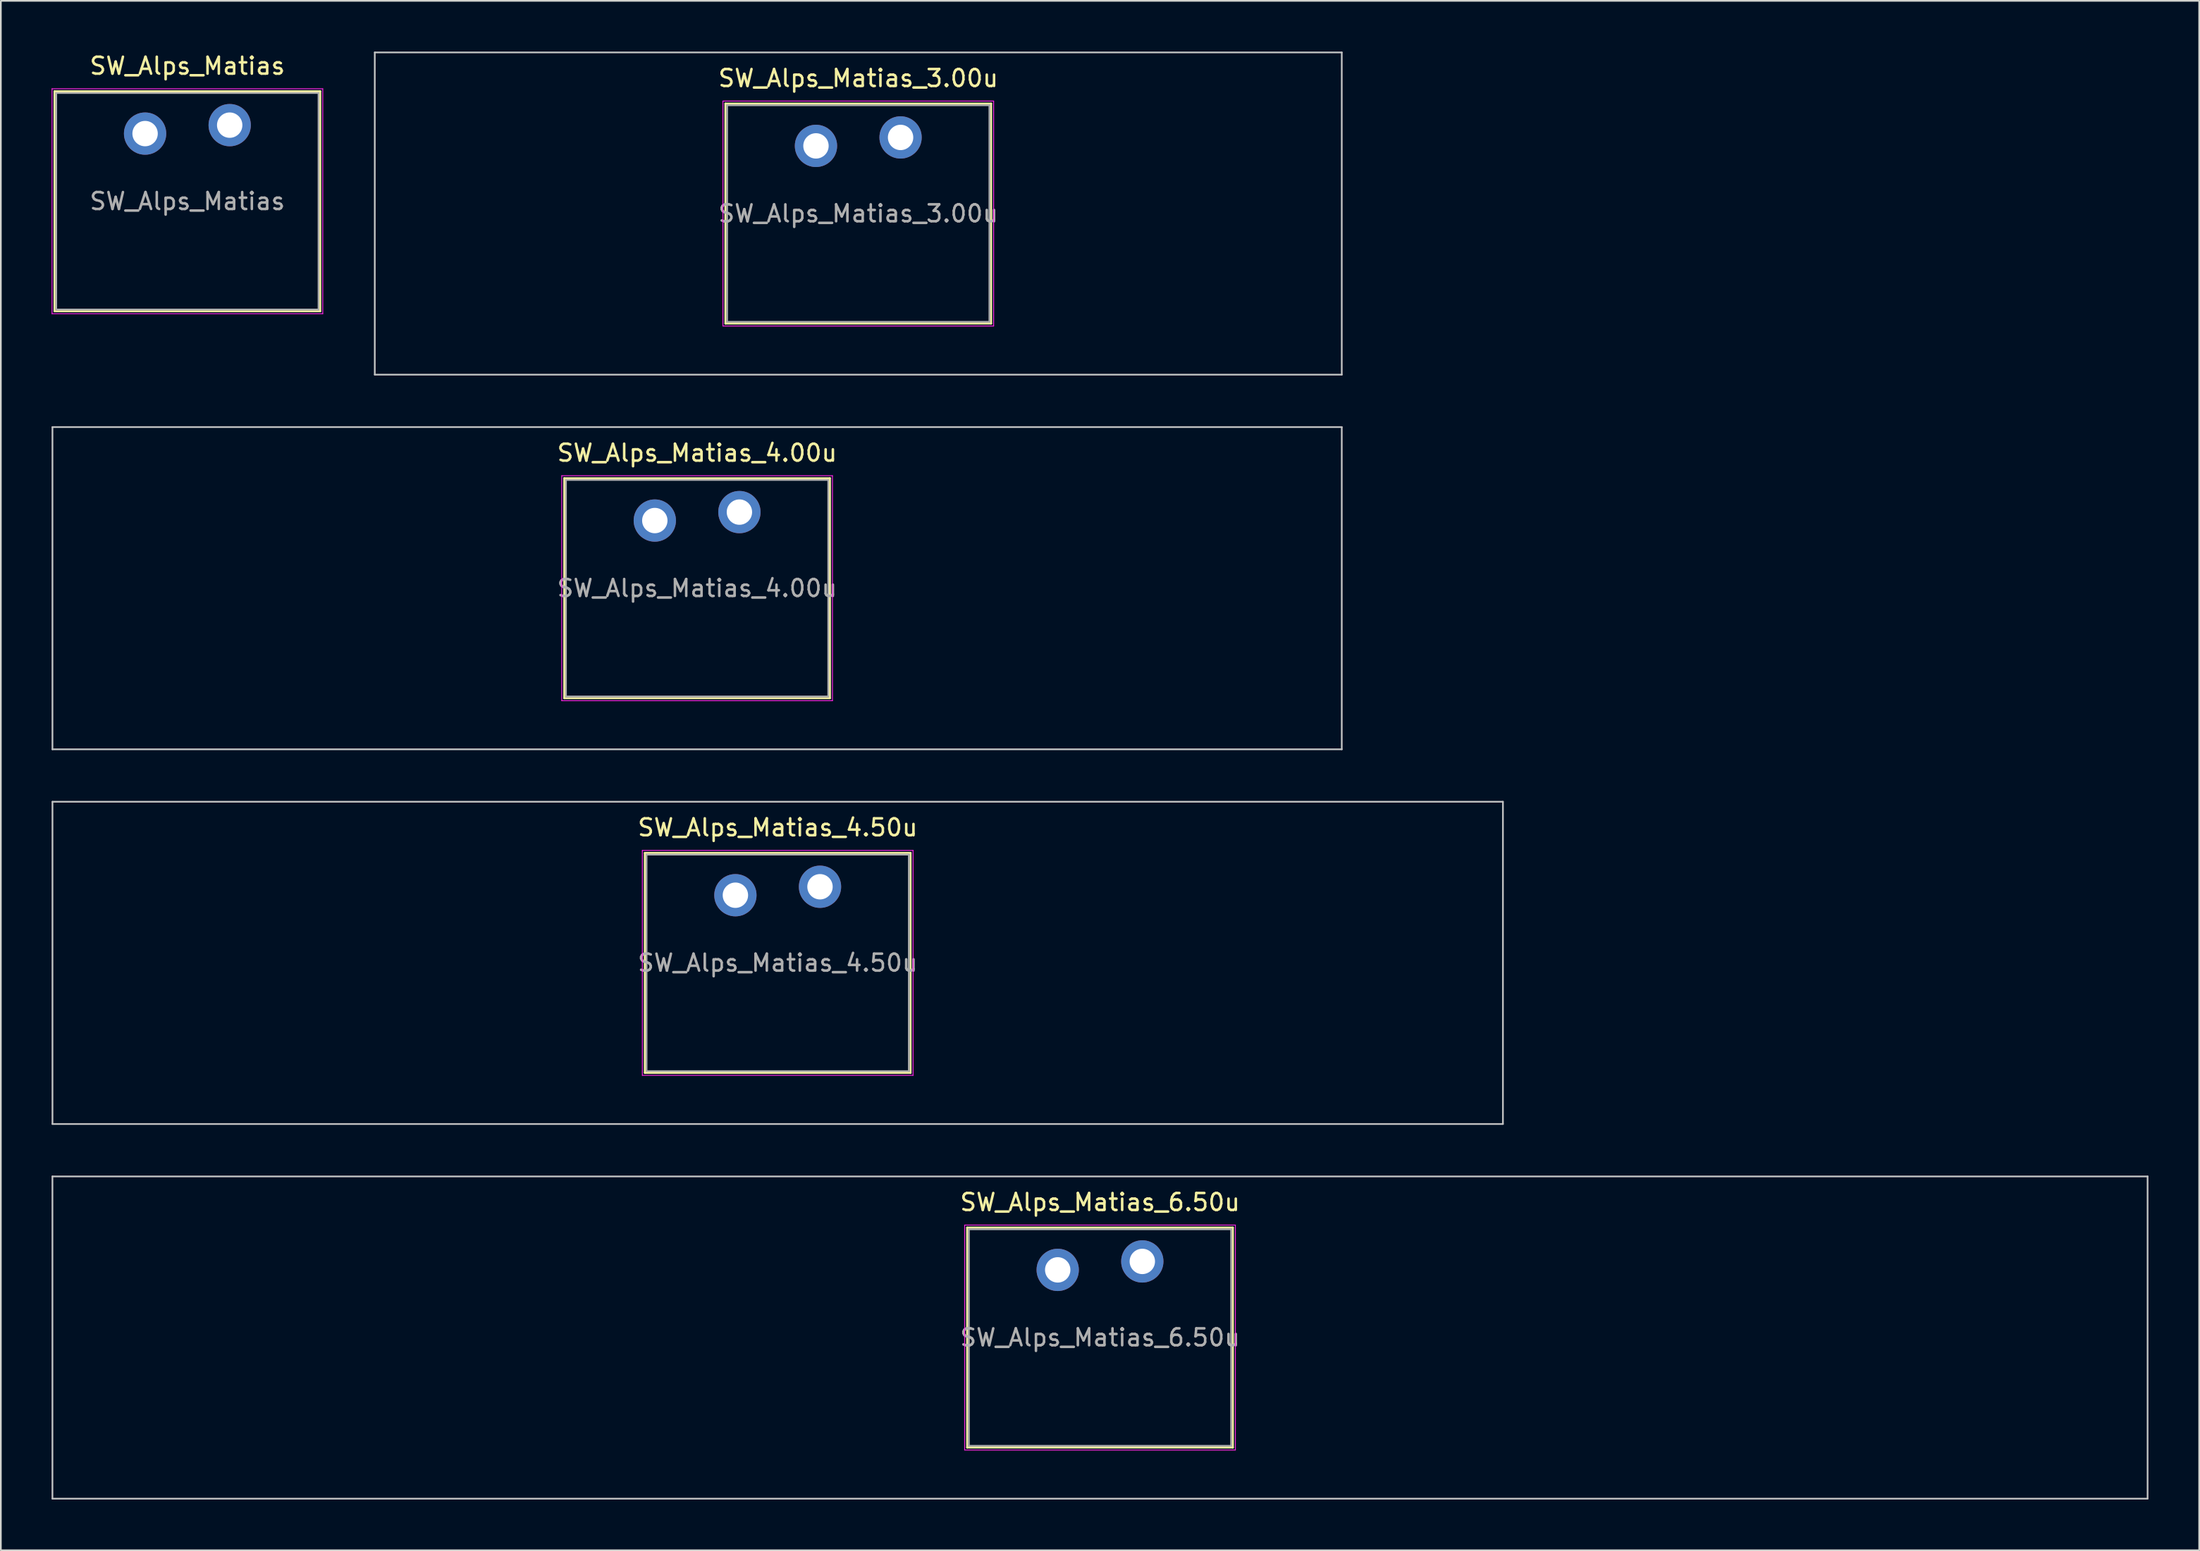
<source format=kicad_pcb>
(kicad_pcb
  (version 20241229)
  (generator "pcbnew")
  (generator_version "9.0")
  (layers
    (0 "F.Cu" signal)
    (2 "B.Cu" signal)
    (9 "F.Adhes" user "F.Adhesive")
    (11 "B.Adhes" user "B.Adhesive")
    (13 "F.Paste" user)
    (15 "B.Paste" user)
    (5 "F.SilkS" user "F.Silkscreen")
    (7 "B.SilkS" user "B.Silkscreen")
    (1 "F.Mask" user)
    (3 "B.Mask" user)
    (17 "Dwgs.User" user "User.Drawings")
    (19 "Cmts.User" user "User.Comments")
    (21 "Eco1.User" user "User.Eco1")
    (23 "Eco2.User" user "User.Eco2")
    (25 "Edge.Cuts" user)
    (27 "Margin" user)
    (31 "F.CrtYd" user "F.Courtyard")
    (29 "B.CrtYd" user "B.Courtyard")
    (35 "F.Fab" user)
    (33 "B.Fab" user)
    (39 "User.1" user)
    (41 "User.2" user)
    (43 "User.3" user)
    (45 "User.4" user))
  (footprint "SW_Alps_Matias_3.00u"
    (layer "F.Cu")
    (at 47.675 9.575)
    (property "Reference" "SW_Alps_Matias_3.00u" (at 0 -8 0) (layer "F.SilkS") (effects (font (size 1 1) (thickness 0.15))))
    (attr through_hole)
    (fp_line (start -7.85 -6.5) (end -7.85 6.5) (stroke (width 0.12) (type solid)) (layer "F.SilkS"))
    (fp_line (start -7.85 6.5) (end 7.85 6.5) (stroke (width 0.12) (type solid)) (layer "F.SilkS"))
    (fp_line (start 7.85 -6.5) (end -7.85 -6.5) (stroke (width 0.12) (type solid)) (layer "F.SilkS"))
    (fp_line (start 7.85 6.5) (end 7.85 -6.5) (stroke (width 0.12) (type solid)) (layer "F.SilkS"))
    (fp_line (start -28.575 -9.525) (end -28.575 9.525) (stroke (width 0.1) (type solid)) (layer "Dwgs.User"))
    (fp_line (start -28.575 9.525) (end 28.575 9.525) (stroke (width 0.1) (type solid)) (layer "Dwgs.User"))
    (fp_line (start 28.575 -9.525) (end -28.575 -9.525) (stroke (width 0.1) (type solid)) (layer "Dwgs.User"))
    (fp_line (start 28.575 9.525) (end 28.575 -9.525) (stroke (width 0.1) (type solid)) (layer "Dwgs.User"))
    (fp_line (start -8 -6.65) (end -8 6.65) (stroke (width 0.05) (type solid)) (layer "F.CrtYd"))
    (fp_line (start -8 6.65) (end 8 6.65) (stroke (width 0.05) (type solid)) (layer "F.CrtYd"))
    (fp_line (start 8 -6.65) (end -8 -6.65) (stroke (width 0.05) (type solid)) (layer "F.CrtYd"))
    (fp_line (start 8 6.65) (end 8 -6.65) (stroke (width 0.05) (type solid)) (layer "F.CrtYd"))
    (fp_line (start -7.75 -6.4) (end -7.75 6.4) (stroke (width 0.1) (type solid)) (layer "F.Fab"))
    (fp_line (start -7.75 6.4) (end 7.75 6.4) (stroke (width 0.1) (type solid)) (layer "F.Fab"))
    (fp_line (start 7.75 -6.4) (end -7.75 -6.4) (stroke (width 0.1) (type solid)) (layer "F.Fab"))
    (fp_line (start 7.75 6.4) (end 7.75 -6.4) (stroke (width 0.1) (type solid)) (layer "F.Fab"))
    (fp_text user "${REFERENCE}" (at 0 0 0) (layer "F.Fab") (effects (font (size 1 1) (thickness 0.15))))
    (pad "1" thru_hole circle (at 2.5 -4.5) (size 2.5 2.5) (drill 1.5) (layers "*.Cu" "B.Mask"))
    (pad "2" thru_hole circle (at -2.5 -4) (size 2.5 2.5) (drill 1.5) (layers "*.Cu" "B.Mask")))
  (footprint "SW_Alps_Matias_4.00u"
    (layer "F.Cu")
    (at 38.15 31.725)
    (property "Reference" "SW_Alps_Matias_4.00u" (at 0 -8 0) (layer "F.SilkS") (effects (font (size 1 1) (thickness 0.15))))
    (attr through_hole)
    (fp_line (start -7.85 -6.5) (end -7.85 6.5) (stroke (width 0.12) (type solid)) (layer "F.SilkS"))
    (fp_line (start -7.85 6.5) (end 7.85 6.5) (stroke (width 0.12) (type solid)) (layer "F.SilkS"))
    (fp_line (start 7.85 -6.5) (end -7.85 -6.5) (stroke (width 0.12) (type solid)) (layer "F.SilkS"))
    (fp_line (start 7.85 6.5) (end 7.85 -6.5) (stroke (width 0.12) (type solid)) (layer "F.SilkS"))
    (fp_line (start -38.1 -9.525) (end -38.1 9.525) (stroke (width 0.1) (type solid)) (layer "Dwgs.User"))
    (fp_line (start -38.1 9.525) (end 38.1 9.525) (stroke (width 0.1) (type solid)) (layer "Dwgs.User"))
    (fp_line (start 38.1 -9.525) (end -38.1 -9.525) (stroke (width 0.1) (type solid)) (layer "Dwgs.User"))
    (fp_line (start 38.1 9.525) (end 38.1 -9.525) (stroke (width 0.1) (type solid)) (layer "Dwgs.User"))
    (fp_line (start -8 -6.65) (end -8 6.65) (stroke (width 0.05) (type solid)) (layer "F.CrtYd"))
    (fp_line (start -8 6.65) (end 8 6.65) (stroke (width 0.05) (type solid)) (layer "F.CrtYd"))
    (fp_line (start 8 -6.65) (end -8 -6.65) (stroke (width 0.05) (type solid)) (layer "F.CrtYd"))
    (fp_line (start 8 6.65) (end 8 -6.65) (stroke (width 0.05) (type solid)) (layer "F.CrtYd"))
    (fp_line (start -7.75 -6.4) (end -7.75 6.4) (stroke (width 0.1) (type solid)) (layer "F.Fab"))
    (fp_line (start -7.75 6.4) (end 7.75 6.4) (stroke (width 0.1) (type solid)) (layer "F.Fab"))
    (fp_line (start 7.75 -6.4) (end -7.75 -6.4) (stroke (width 0.1) (type solid)) (layer "F.Fab"))
    (fp_line (start 7.75 6.4) (end 7.75 -6.4) (stroke (width 0.1) (type solid)) (layer "F.Fab"))
    (fp_text user "${REFERENCE}" (at 0 0 0) (layer "F.Fab") (effects (font (size 1 1) (thickness 0.15))))
    (pad "1" thru_hole circle (at 2.5 -4.5) (size 2.5 2.5) (drill 1.5) (layers "*.Cu" "B.Mask"))
    (pad "2" thru_hole circle (at -2.5 -4) (size 2.5 2.5) (drill 1.5) (layers "*.Cu" "B.Mask")))
  (footprint "SW_Alps_Matias_6.50u"
    (layer "F.Cu")
    (at 61.962 76.025)
    (property "Reference" "SW_Alps_Matias_6.50u" (at 0 -8 0) (layer "F.SilkS") (effects (font (size 1 1) (thickness 0.15))))
    (attr through_hole)
    (fp_line (start -7.85 -6.5) (end -7.85 6.5) (stroke (width 0.12) (type solid)) (layer "F.SilkS"))
    (fp_line (start -7.85 6.5) (end 7.85 6.5) (stroke (width 0.12) (type solid)) (layer "F.SilkS"))
    (fp_line (start 7.85 -6.5) (end -7.85 -6.5) (stroke (width 0.12) (type solid)) (layer "F.SilkS"))
    (fp_line (start 7.85 6.5) (end 7.85 -6.5) (stroke (width 0.12) (type solid)) (layer "F.SilkS"))
    (fp_line (start -61.913 -9.525) (end -61.913 9.525) (stroke (width 0.1) (type solid)) (layer "Dwgs.User"))
    (fp_line (start -61.913 9.525) (end 61.913 9.525) (stroke (width 0.1) (type solid)) (layer "Dwgs.User"))
    (fp_line (start 61.913 -9.525) (end -61.913 -9.525) (stroke (width 0.1) (type solid)) (layer "Dwgs.User"))
    (fp_line (start 61.913 9.525) (end 61.913 -9.525) (stroke (width 0.1) (type solid)) (layer "Dwgs.User"))
    (fp_line (start -8 -6.65) (end -8 6.65) (stroke (width 0.05) (type solid)) (layer "F.CrtYd"))
    (fp_line (start -8 6.65) (end 8 6.65) (stroke (width 0.05) (type solid)) (layer "F.CrtYd"))
    (fp_line (start 8 -6.65) (end -8 -6.65) (stroke (width 0.05) (type solid)) (layer "F.CrtYd"))
    (fp_line (start 8 6.65) (end 8 -6.65) (stroke (width 0.05) (type solid)) (layer "F.CrtYd"))
    (fp_line (start -7.75 -6.4) (end -7.75 6.4) (stroke (width 0.1) (type solid)) (layer "F.Fab"))
    (fp_line (start -7.75 6.4) (end 7.75 6.4) (stroke (width 0.1) (type solid)) (layer "F.Fab"))
    (fp_line (start 7.75 -6.4) (end -7.75 -6.4) (stroke (width 0.1) (type solid)) (layer "F.Fab"))
    (fp_line (start 7.75 6.4) (end 7.75 -6.4) (stroke (width 0.1) (type solid)) (layer "F.Fab"))
    (fp_text user "${REFERENCE}" (at 0 0 0) (layer "F.Fab") (effects (font (size 1 1) (thickness 0.15))))
    (pad "1" thru_hole circle (at 2.5 -4.5) (size 2.5 2.5) (drill 1.5) (layers "*.Cu" "B.Mask"))
    (pad "2" thru_hole circle (at -2.5 -4) (size 2.5 2.5) (drill 1.5) (layers "*.Cu" "B.Mask")))
  (footprint "SW_Alps_Matias_4.50u"
    (layer "F.Cu")
    (at 42.913 53.875)
    (property "Reference" "SW_Alps_Matias_4.50u" (at 0 -8 0) (layer "F.SilkS") (effects (font (size 1 1) (thickness 0.15))))
    (attr through_hole)
    (fp_line (start -7.85 -6.5) (end -7.85 6.5) (stroke (width 0.12) (type solid)) (layer "F.SilkS"))
    (fp_line (start -7.85 6.5) (end 7.85 6.5) (stroke (width 0.12) (type solid)) (layer "F.SilkS"))
    (fp_line (start 7.85 -6.5) (end -7.85 -6.5) (stroke (width 0.12) (type solid)) (layer "F.SilkS"))
    (fp_line (start 7.85 6.5) (end 7.85 -6.5) (stroke (width 0.12) (type solid)) (layer "F.SilkS"))
    (fp_line (start -42.862 -9.525) (end -42.862 9.525) (stroke (width 0.1) (type solid)) (layer "Dwgs.User"))
    (fp_line (start -42.862 9.525) (end 42.862 9.525) (stroke (width 0.1) (type solid)) (layer "Dwgs.User"))
    (fp_line (start 42.862 -9.525) (end -42.862 -9.525) (stroke (width 0.1) (type solid)) (layer "Dwgs.User"))
    (fp_line (start 42.862 9.525) (end 42.862 -9.525) (stroke (width 0.1) (type solid)) (layer "Dwgs.User"))
    (fp_line (start -8 -6.65) (end -8 6.65) (stroke (width 0.05) (type solid)) (layer "F.CrtYd"))
    (fp_line (start -8 6.65) (end 8 6.65) (stroke (width 0.05) (type solid)) (layer "F.CrtYd"))
    (fp_line (start 8 -6.65) (end -8 -6.65) (stroke (width 0.05) (type solid)) (layer "F.CrtYd"))
    (fp_line (start 8 6.65) (end 8 -6.65) (stroke (width 0.05) (type solid)) (layer "F.CrtYd"))
    (fp_line (start -7.75 -6.4) (end -7.75 6.4) (stroke (width 0.1) (type solid)) (layer "F.Fab"))
    (fp_line (start -7.75 6.4) (end 7.75 6.4) (stroke (width 0.1) (type solid)) (layer "F.Fab"))
    (fp_line (start 7.75 -6.4) (end -7.75 -6.4) (stroke (width 0.1) (type solid)) (layer "F.Fab"))
    (fp_line (start 7.75 6.4) (end 7.75 -6.4) (stroke (width 0.1) (type solid)) (layer "F.Fab"))
    (fp_text user "${REFERENCE}" (at 0 0 0) (layer "F.Fab") (effects (font (size 1 1) (thickness 0.15))))
    (pad "1" thru_hole circle (at 2.5 -4.5) (size 2.5 2.5) (drill 1.5) (layers "*.Cu" "B.Mask"))
    (pad "2" thru_hole circle (at -2.5 -4) (size 2.5 2.5) (drill 1.5) (layers "*.Cu" "B.Mask")))
  (footprint "SW_Alps_Matias"
    (layer "F.Cu")
    (at 8.025 8.848)
    (property "Reference" "SW_Alps_Matias" (at 0 -8 0) (layer "F.SilkS") (effects (font (size 1 1) (thickness 0.15))))
    (attr through_hole)
    (fp_line (start -7.85 -6.5) (end -7.85 6.5) (stroke (width 0.12) (type solid)) (layer "F.SilkS"))
    (fp_line (start -7.85 6.5) (end 7.85 6.5) (stroke (width 0.12) (type solid)) (layer "F.SilkS"))
    (fp_line (start 7.85 -6.5) (end -7.85 -6.5) (stroke (width 0.12) (type solid)) (layer "F.SilkS"))
    (fp_line (start 7.85 6.5) (end 7.85 -6.5) (stroke (width 0.12) (type solid)) (layer "F.SilkS"))
    (fp_line (start -8 -6.65) (end -8 6.65) (stroke (width 0.05) (type solid)) (layer "F.CrtYd"))
    (fp_line (start -8 6.65) (end 8 6.65) (stroke (width 0.05) (type solid)) (layer "F.CrtYd"))
    (fp_line (start 8 -6.65) (end -8 -6.65) (stroke (width 0.05) (type solid)) (layer "F.CrtYd"))
    (fp_line (start 8 6.65) (end 8 -6.65) (stroke (width 0.05) (type solid)) (layer "F.CrtYd"))
    (fp_line (start -7.75 -6.4) (end -7.75 6.4) (stroke (width 0.1) (type solid)) (layer "F.Fab"))
    (fp_line (start -7.75 6.4) (end 7.75 6.4) (stroke (width 0.1) (type solid)) (layer "F.Fab"))
    (fp_line (start 7.75 -6.4) (end -7.75 -6.4) (stroke (width 0.1) (type solid)) (layer "F.Fab"))
    (fp_line (start 7.75 6.4) (end 7.75 -6.4) (stroke (width 0.1) (type solid)) (layer "F.Fab"))
    (fp_text user "${REFERENCE}" (at 0 0 0) (layer "F.Fab") (effects (font (size 1 1) (thickness 0.15))))
    (pad "1" thru_hole circle (at 2.5 -4.5) (size 2.5 2.5) (drill 1.5) (layers "*.Cu" "B.Mask"))
    (pad "2" thru_hole circle (at -2.5 -4) (size 2.5 2.5) (drill 1.5) (layers "*.Cu" "B.Mask")))
  (gr_rect
    (start -3 -3)
    (end 126.925 88.6)
    (stroke (width 0.1) (type default))
    (fill no)
    (layer "Edge.Cuts")))
</source>
